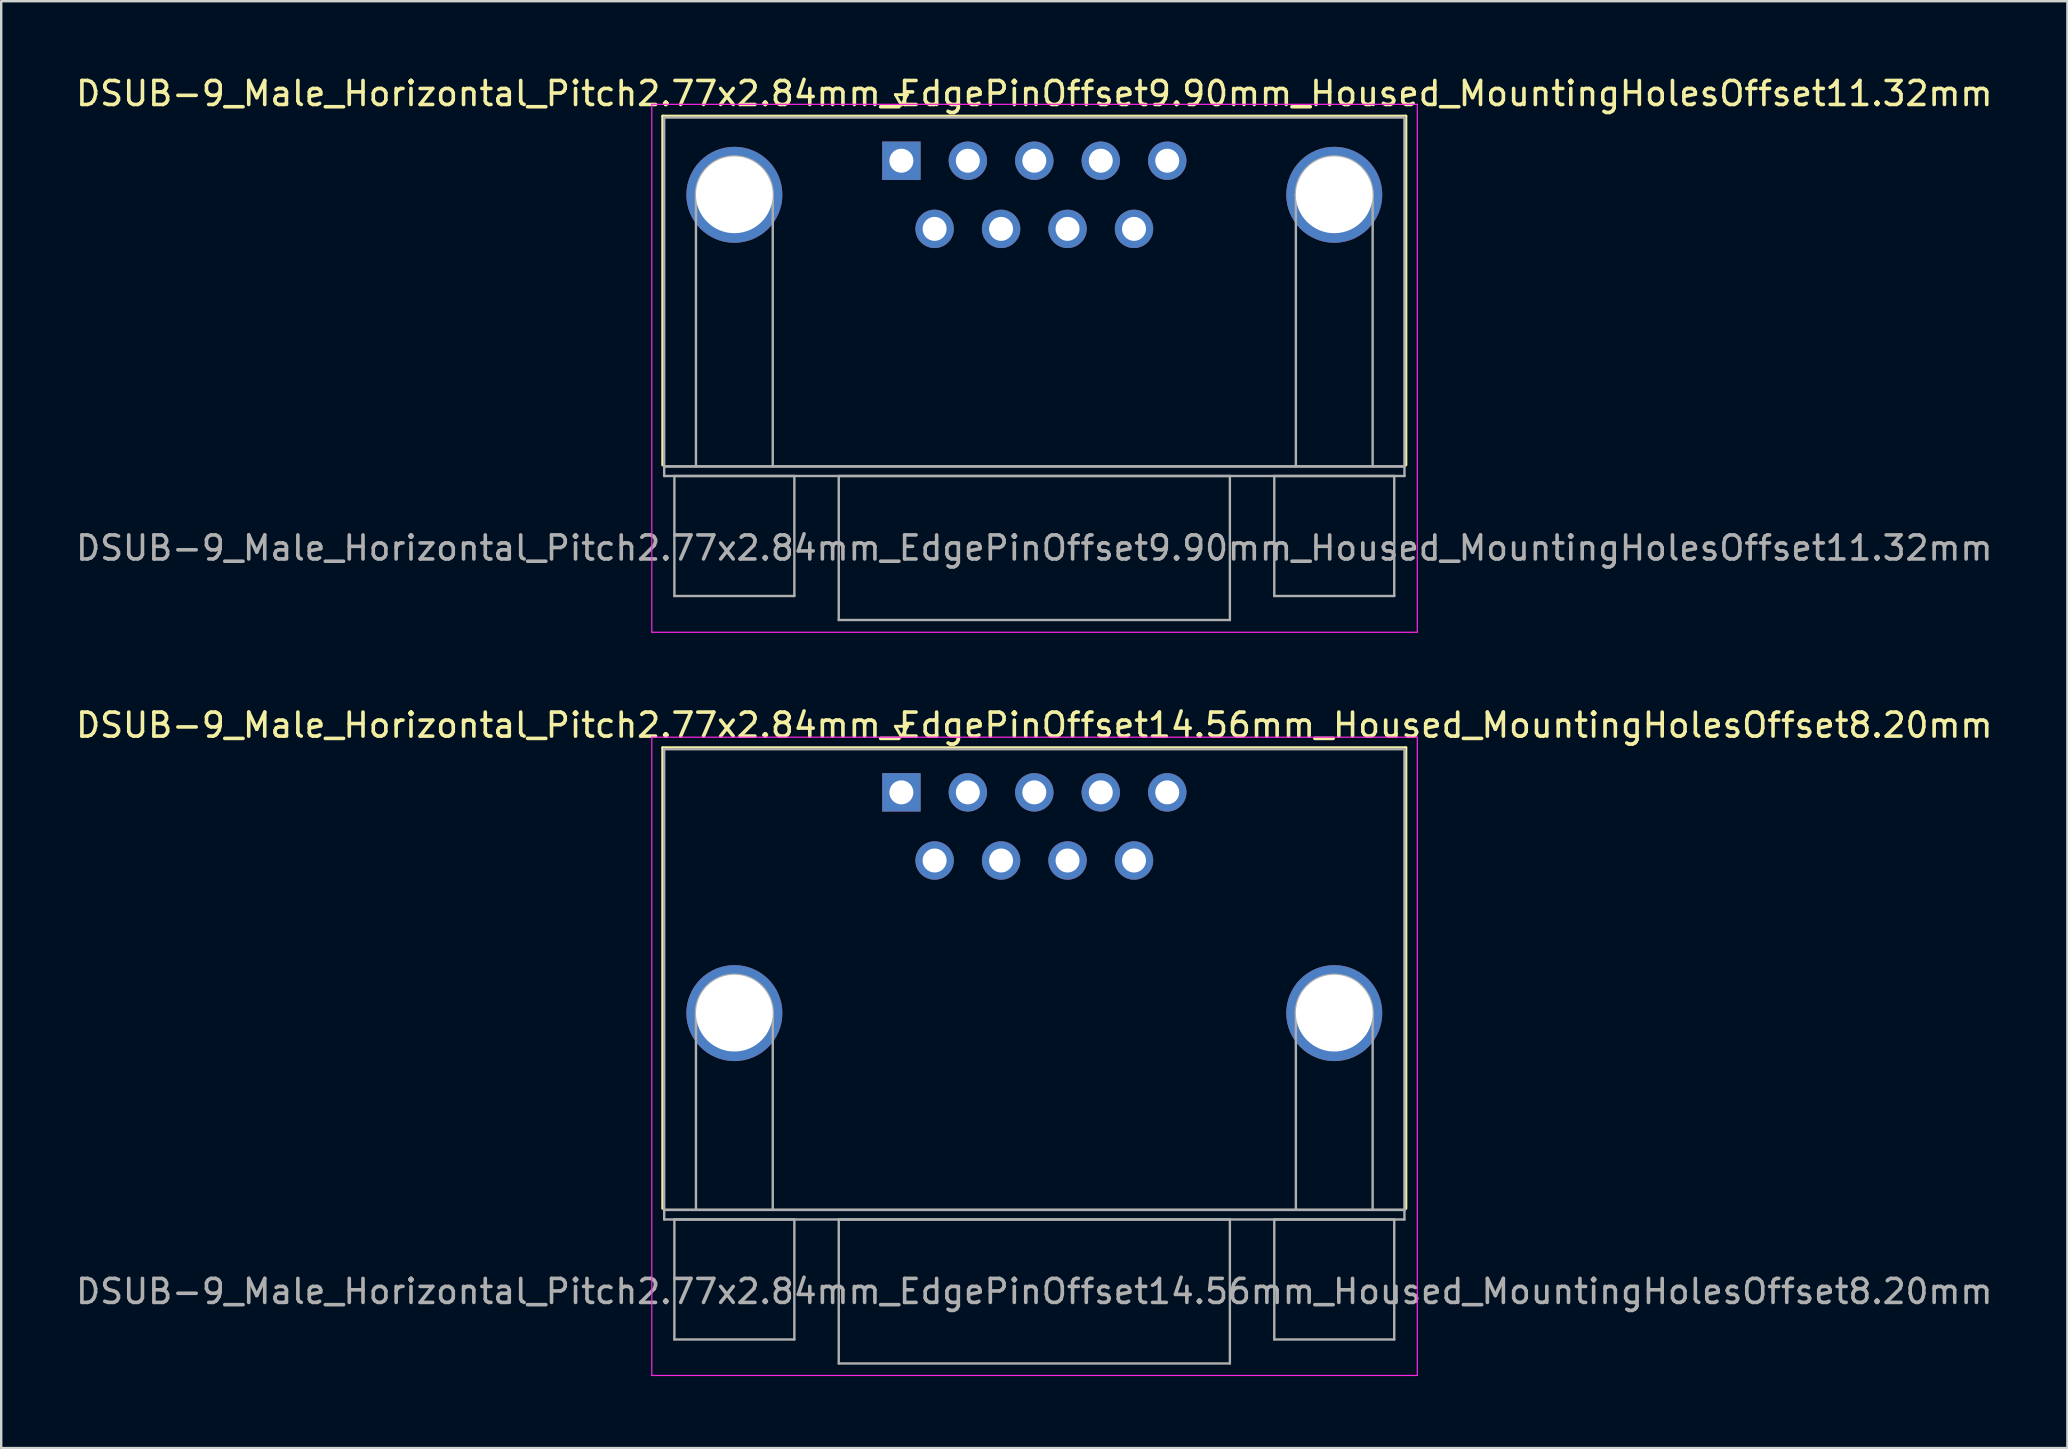
<source format=kicad_pcb>
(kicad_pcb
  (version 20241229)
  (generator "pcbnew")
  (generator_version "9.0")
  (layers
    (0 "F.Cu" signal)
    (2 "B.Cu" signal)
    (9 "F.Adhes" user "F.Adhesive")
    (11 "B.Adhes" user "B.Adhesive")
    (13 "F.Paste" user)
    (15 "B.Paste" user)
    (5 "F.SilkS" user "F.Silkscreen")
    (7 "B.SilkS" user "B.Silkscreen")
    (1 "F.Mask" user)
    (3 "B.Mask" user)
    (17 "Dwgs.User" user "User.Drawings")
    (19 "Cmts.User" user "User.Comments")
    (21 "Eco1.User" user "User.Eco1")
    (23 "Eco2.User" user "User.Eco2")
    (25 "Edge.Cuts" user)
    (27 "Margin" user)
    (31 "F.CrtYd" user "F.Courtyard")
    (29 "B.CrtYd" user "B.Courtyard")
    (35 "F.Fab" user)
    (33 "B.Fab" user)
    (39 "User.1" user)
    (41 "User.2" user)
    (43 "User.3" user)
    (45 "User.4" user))
  (footprint "DSUB-9_Male_Horizontal_Pitch2.77x2.84mm_EdgePinOffset9.90mm_Housed_MountingHolesOffset11.32mm"
    (layer "F.Cu")
    (at 34.514 3.648)
    (property "Reference" "DSUB-9_Male_Horizontal_Pitch2.77x2.84mm_EdgePinOffset9.90mm_Housed_MountingHolesOffset11.32mm" (at 5.54 -2.8 0) (layer "F.SilkS") (effects (font (size 1 1) (thickness 0.15))))
    (attr through_hole)
    (fp_line (start -9.945 -1.86) (end 21.025 -1.86) (stroke (width 0.12) (type solid)) (layer "F.SilkS"))
    (fp_line (start -9.945 12.68) (end -9.945 -1.86) (stroke (width 0.12) (type solid)) (layer "F.SilkS"))
    (fp_line (start -0.25 -2.754) (end 0.25 -2.754) (stroke (width 0.12) (type solid)) (layer "F.SilkS"))
    (fp_line (start 0 -2.321) (end -0.25 -2.754) (stroke (width 0.12) (type solid)) (layer "F.SilkS"))
    (fp_line (start 0.25 -2.754) (end 0 -2.321) (stroke (width 0.12) (type solid)) (layer "F.SilkS"))
    (fp_line (start 21.025 -1.86) (end 21.025 12.68) (stroke (width 0.12) (type solid)) (layer "F.SilkS"))
    (fp_line (start -10.4 -2.35) (end -10.4 19.65) (stroke (width 0.05) (type solid)) (layer "F.CrtYd"))
    (fp_line (start -10.4 19.65) (end 21.5 19.65) (stroke (width 0.05) (type solid)) (layer "F.CrtYd"))
    (fp_line (start 21.5 -2.35) (end -10.4 -2.35) (stroke (width 0.05) (type solid)) (layer "F.CrtYd"))
    (fp_line (start 21.5 19.65) (end 21.5 -2.35) (stroke (width 0.05) (type solid)) (layer "F.CrtYd"))
    (fp_line (start -9.885 -1.8) (end -9.885 12.74) (stroke (width 0.1) (type solid)) (layer "F.Fab"))
    (fp_line (start -9.885 12.74) (end -9.885 13.14) (stroke (width 0.1) (type solid)) (layer "F.Fab"))
    (fp_line (start -9.885 12.74) (end 20.965 12.74) (stroke (width 0.1) (type solid)) (layer "F.Fab"))
    (fp_line (start -9.885 13.14) (end 20.965 13.14) (stroke (width 0.1) (type solid)) (layer "F.Fab"))
    (fp_line (start -9.46 13.14) (end -9.46 18.14) (stroke (width 0.1) (type solid)) (layer "F.Fab"))
    (fp_line (start -9.46 18.14) (end -4.46 18.14) (stroke (width 0.1) (type solid)) (layer "F.Fab"))
    (fp_line (start -8.56 12.74) (end -8.56 1.42) (stroke (width 0.1) (type solid)) (layer "F.Fab"))
    (fp_line (start -5.36 12.74) (end -5.36 1.42) (stroke (width 0.1) (type solid)) (layer "F.Fab"))
    (fp_line (start -4.46 13.14) (end -9.46 13.14) (stroke (width 0.1) (type solid)) (layer "F.Fab"))
    (fp_line (start -4.46 18.14) (end -4.46 13.14) (stroke (width 0.1) (type solid)) (layer "F.Fab"))
    (fp_line (start -2.61 13.14) (end -2.61 19.14) (stroke (width 0.1) (type solid)) (layer "F.Fab"))
    (fp_line (start -2.61 19.14) (end 13.69 19.14) (stroke (width 0.1) (type solid)) (layer "F.Fab"))
    (fp_line (start 13.69 13.14) (end -2.61 13.14) (stroke (width 0.1) (type solid)) (layer "F.Fab"))
    (fp_line (start 13.69 19.14) (end 13.69 13.14) (stroke (width 0.1) (type solid)) (layer "F.Fab"))
    (fp_line (start 15.54 13.14) (end 15.54 18.14) (stroke (width 0.1) (type solid)) (layer "F.Fab"))
    (fp_line (start 15.54 18.14) (end 20.54 18.14) (stroke (width 0.1) (type solid)) (layer "F.Fab"))
    (fp_line (start 16.44 12.74) (end 16.44 1.42) (stroke (width 0.1) (type solid)) (layer "F.Fab"))
    (fp_line (start 19.64 12.74) (end 19.64 1.42) (stroke (width 0.1) (type solid)) (layer "F.Fab"))
    (fp_line (start 20.54 13.14) (end 15.54 13.14) (stroke (width 0.1) (type solid)) (layer "F.Fab"))
    (fp_line (start 20.54 18.14) (end 20.54 13.14) (stroke (width 0.1) (type solid)) (layer "F.Fab"))
    (fp_line (start 20.965 -1.8) (end -9.885 -1.8) (stroke (width 0.1) (type solid)) (layer "F.Fab"))
    (fp_line (start 20.965 12.74) (end -9.885 12.74) (stroke (width 0.1) (type solid)) (layer "F.Fab"))
    (fp_line (start 20.965 12.74) (end 20.965 -1.8) (stroke (width 0.1) (type solid)) (layer "F.Fab"))
    (fp_line (start 20.965 13.14) (end 20.965 12.74) (stroke (width 0.1) (type solid)) (layer "F.Fab"))
    (fp_arc (start -8.56 1.42) (mid -6.96 -0.18) (end -5.36 1.42) (stroke (width 0.1) (type solid)) (layer "F.Fab"))
    (fp_arc (start 16.44 1.42) (mid 18.04 -0.18) (end 19.64 1.42) (stroke (width 0.1) (type solid)) (layer "F.Fab"))
    (fp_text user "${REFERENCE}" (at 5.54 16.14 0) (layer "F.Fab") (effects (font (size 1 1) (thickness 0.15))))
    (pad "0" thru_hole circle (at -6.96 1.42) (size 4 4) (drill 3.2) (layers "*.Cu" "*.Mask"))
    (pad "0" thru_hole circle (at 18.04 1.42) (size 4 4) (drill 3.2) (layers "*.Cu" "*.Mask"))
    (pad "1" thru_hole rect (at 0 0) (size 1.6 1.6) (drill 1) (layers "*.Cu" "*.Mask"))
    (pad "2" thru_hole circle (at 2.77 0) (size 1.6 1.6) (drill 1) (layers "*.Cu" "*.Mask"))
    (pad "3" thru_hole circle (at 5.54 0) (size 1.6 1.6) (drill 1) (layers "*.Cu" "*.Mask"))
    (pad "4" thru_hole circle (at 8.31 0) (size 1.6 1.6) (drill 1) (layers "*.Cu" "*.Mask"))
    (pad "5" thru_hole circle (at 11.08 0) (size 1.6 1.6) (drill 1) (layers "*.Cu" "*.Mask"))
    (pad "6" thru_hole circle (at 1.385 2.84) (size 1.6 1.6) (drill 1) (layers "*.Cu" "*.Mask"))
    (pad "7" thru_hole circle (at 4.155 2.84) (size 1.6 1.6) (drill 1) (layers "*.Cu" "*.Mask"))
    (pad "8" thru_hole circle (at 6.925 2.84) (size 1.6 1.6) (drill 1) (layers "*.Cu" "*.Mask"))
    (pad "9" thru_hole circle (at 9.695 2.84) (size 1.6 1.6) (drill 1) (layers "*.Cu" "*.Mask")))
  (footprint "DSUB-9_Male_Horizontal_Pitch2.77x2.84mm_EdgePinOffset14.56mm_Housed_MountingHolesOffset8.20mm"
    (layer "F.Cu")
    (at 34.514 29.971)
    (property "Reference" "DSUB-9_Male_Horizontal_Pitch2.77x2.84mm_EdgePinOffset14.56mm_Housed_MountingHolesOffset8.20mm" (at 5.54 -2.8 0) (layer "F.SilkS") (effects (font (size 1 1) (thickness 0.15))))
    (attr through_hole)
    (fp_line (start -9.945 -1.86) (end 21.025 -1.86) (stroke (width 0.12) (type solid)) (layer "F.SilkS"))
    (fp_line (start -9.945 17.34) (end -9.945 -1.86) (stroke (width 0.12) (type solid)) (layer "F.SilkS"))
    (fp_line (start -0.25 -2.754) (end 0.25 -2.754) (stroke (width 0.12) (type solid)) (layer "F.SilkS"))
    (fp_line (start 0 -2.321) (end -0.25 -2.754) (stroke (width 0.12) (type solid)) (layer "F.SilkS"))
    (fp_line (start 0.25 -2.754) (end 0 -2.321) (stroke (width 0.12) (type solid)) (layer "F.SilkS"))
    (fp_line (start 21.025 -1.86) (end 21.025 17.34) (stroke (width 0.12) (type solid)) (layer "F.SilkS"))
    (fp_line (start -10.4 -2.3) (end -10.4 24.3) (stroke (width 0.05) (type solid)) (layer "F.CrtYd"))
    (fp_line (start -10.4 24.3) (end 21.5 24.3) (stroke (width 0.05) (type solid)) (layer "F.CrtYd"))
    (fp_line (start 21.5 -2.3) (end -10.4 -2.3) (stroke (width 0.05) (type solid)) (layer "F.CrtYd"))
    (fp_line (start 21.5 24.3) (end 21.5 -2.3) (stroke (width 0.05) (type solid)) (layer "F.CrtYd"))
    (fp_line (start -9.885 -1.8) (end -9.885 17.4) (stroke (width 0.1) (type solid)) (layer "F.Fab"))
    (fp_line (start -9.885 17.4) (end -9.885 17.8) (stroke (width 0.1) (type solid)) (layer "F.Fab"))
    (fp_line (start -9.885 17.4) (end 20.965 17.4) (stroke (width 0.1) (type solid)) (layer "F.Fab"))
    (fp_line (start -9.885 17.8) (end 20.965 17.8) (stroke (width 0.1) (type solid)) (layer "F.Fab"))
    (fp_line (start -9.46 17.8) (end -9.46 22.8) (stroke (width 0.1) (type solid)) (layer "F.Fab"))
    (fp_line (start -9.46 22.8) (end -4.46 22.8) (stroke (width 0.1) (type solid)) (layer "F.Fab"))
    (fp_line (start -8.56 17.4) (end -8.56 9.2) (stroke (width 0.1) (type solid)) (layer "F.Fab"))
    (fp_line (start -5.36 17.4) (end -5.36 9.2) (stroke (width 0.1) (type solid)) (layer "F.Fab"))
    (fp_line (start -4.46 17.8) (end -9.46 17.8) (stroke (width 0.1) (type solid)) (layer "F.Fab"))
    (fp_line (start -4.46 22.8) (end -4.46 17.8) (stroke (width 0.1) (type solid)) (layer "F.Fab"))
    (fp_line (start -2.61 17.8) (end -2.61 23.8) (stroke (width 0.1) (type solid)) (layer "F.Fab"))
    (fp_line (start -2.61 23.8) (end 13.69 23.8) (stroke (width 0.1) (type solid)) (layer "F.Fab"))
    (fp_line (start 13.69 17.8) (end -2.61 17.8) (stroke (width 0.1) (type solid)) (layer "F.Fab"))
    (fp_line (start 13.69 23.8) (end 13.69 17.8) (stroke (width 0.1) (type solid)) (layer "F.Fab"))
    (fp_line (start 15.54 17.8) (end 15.54 22.8) (stroke (width 0.1) (type solid)) (layer "F.Fab"))
    (fp_line (start 15.54 22.8) (end 20.54 22.8) (stroke (width 0.1) (type solid)) (layer "F.Fab"))
    (fp_line (start 16.44 17.4) (end 16.44 9.2) (stroke (width 0.1) (type solid)) (layer "F.Fab"))
    (fp_line (start 19.64 17.4) (end 19.64 9.2) (stroke (width 0.1) (type solid)) (layer "F.Fab"))
    (fp_line (start 20.54 17.8) (end 15.54 17.8) (stroke (width 0.1) (type solid)) (layer "F.Fab"))
    (fp_line (start 20.54 22.8) (end 20.54 17.8) (stroke (width 0.1) (type solid)) (layer "F.Fab"))
    (fp_line (start 20.965 -1.8) (end -9.885 -1.8) (stroke (width 0.1) (type solid)) (layer "F.Fab"))
    (fp_line (start 20.965 17.4) (end -9.885 17.4) (stroke (width 0.1) (type solid)) (layer "F.Fab"))
    (fp_line (start 20.965 17.4) (end 20.965 -1.8) (stroke (width 0.1) (type solid)) (layer "F.Fab"))
    (fp_line (start 20.965 17.8) (end 20.965 17.4) (stroke (width 0.1) (type solid)) (layer "F.Fab"))
    (fp_arc (start -8.56 9.2) (mid -6.96 7.6) (end -5.36 9.2) (stroke (width 0.1) (type solid)) (layer "F.Fab"))
    (fp_arc (start 16.44 9.2) (mid 18.04 7.6) (end 19.64 9.2) (stroke (width 0.1) (type solid)) (layer "F.Fab"))
    (fp_text user "${REFERENCE}" (at 5.54 20.8 0) (layer "F.Fab") (effects (font (size 1 1) (thickness 0.15))))
    (pad "0" thru_hole circle (at -6.96 9.2) (size 4 4) (drill 3.2) (layers "*.Cu" "*.Mask"))
    (pad "0" thru_hole circle (at 18.04 9.2) (size 4 4) (drill 3.2) (layers "*.Cu" "*.Mask"))
    (pad "1" thru_hole rect (at 0 0) (size 1.6 1.6) (drill 1) (layers "*.Cu" "*.Mask"))
    (pad "2" thru_hole circle (at 2.77 0) (size 1.6 1.6) (drill 1) (layers "*.Cu" "*.Mask"))
    (pad "3" thru_hole circle (at 5.54 0) (size 1.6 1.6) (drill 1) (layers "*.Cu" "*.Mask"))
    (pad "4" thru_hole circle (at 8.31 0) (size 1.6 1.6) (drill 1) (layers "*.Cu" "*.Mask"))
    (pad "5" thru_hole circle (at 11.08 0) (size 1.6 1.6) (drill 1) (layers "*.Cu" "*.Mask"))
    (pad "6" thru_hole circle (at 1.385 2.84) (size 1.6 1.6) (drill 1) (layers "*.Cu" "*.Mask"))
    (pad "7" thru_hole circle (at 4.155 2.84) (size 1.6 1.6) (drill 1) (layers "*.Cu" "*.Mask"))
    (pad "8" thru_hole circle (at 6.925 2.84) (size 1.6 1.6) (drill 1) (layers "*.Cu" "*.Mask"))
    (pad "9" thru_hole circle (at 9.695 2.84) (size 1.6 1.6) (drill 1) (layers "*.Cu" "*.Mask")))
  (gr_rect
    (start -3 -3)
    (end 83.107 57.297)
    (stroke (width 0.1) (type default))
    (fill no)
    (layer "Edge.Cuts")))
</source>
